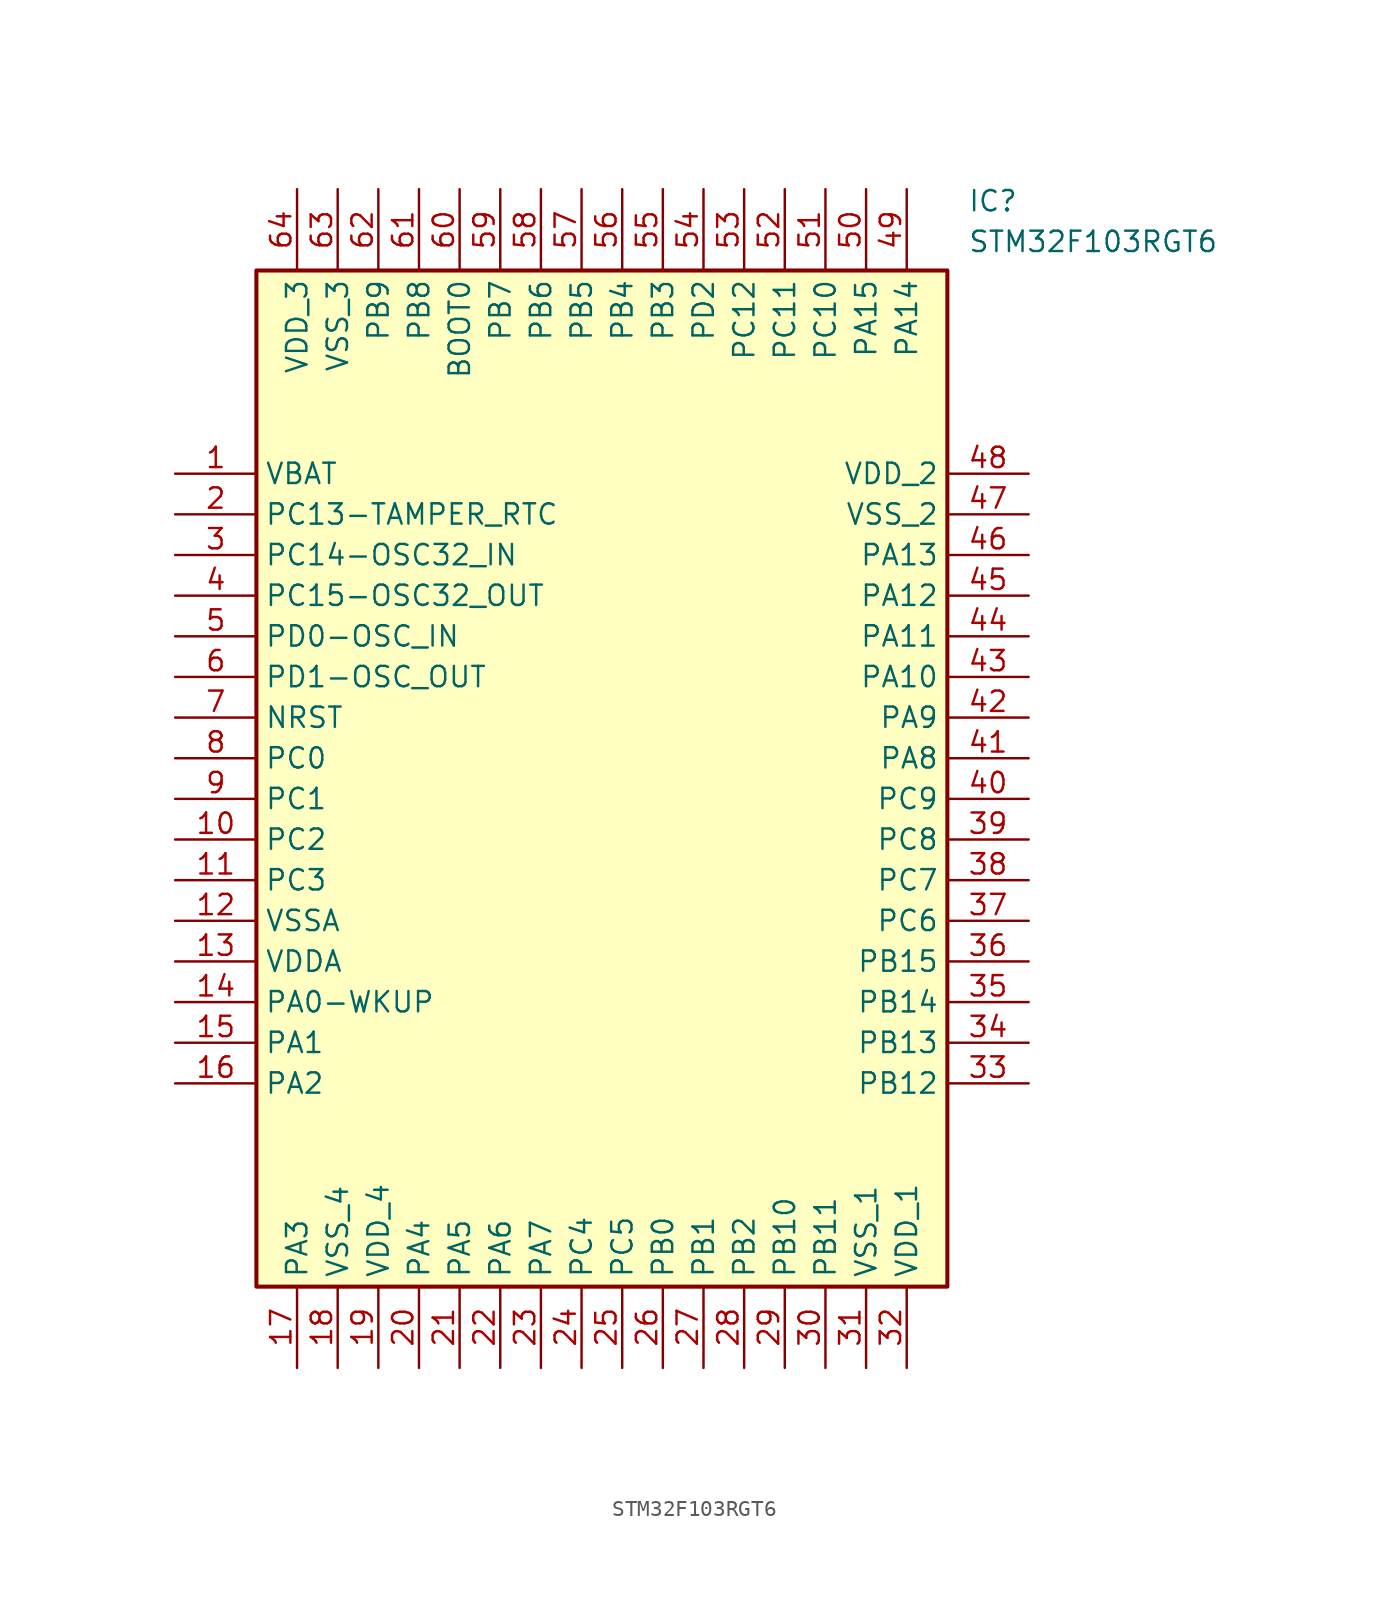
<source format=kicad_sym>
(kicad_symbol_lib
  (version 20211014)
  (generator SamacSys_ECAD_Model)
  (symbol "STM32F103RGT6"
    (property "Reference" "IC"
      (at 49.53 17.78 0)
      (effects (font (size 1.27 1.27)) (justify left top)))
    (property "Value" "STM32F103RGT6"
      (at 49.53 15.24 0)
      (effects (font (size 1.27 1.27)) (justify left top)))
    (rectangle
      (start 5.08 12.7)
      (end 48.26 -50.8)
      (stroke (width 0.254) (type default))
      (fill (type background)))
    (pin passive line
      (at 0 0 0)
      (length 5.08)
      (name "VBAT" (effects (font (size 1.27 1.27))))
      (number "1" (effects (font (size 1.27 1.27)))))
    (pin passive line
      (at 0 -2.54 0)
      (length 5.08)
      (name "PC13-TAMPER_RTC" (effects (font (size 1.27 1.27))))
      (number "2" (effects (font (size 1.27 1.27)))))
    (pin passive line
      (at 0 -5.08 0)
      (length 5.08)
      (name "PC14-OSC32_IN" (effects (font (size 1.27 1.27))))
      (number "3" (effects (font (size 1.27 1.27)))))
    (pin passive line
      (at 0 -7.62 0)
      (length 5.08)
      (name "PC15-OSC32_OUT" (effects (font (size 1.27 1.27))))
      (number "4" (effects (font (size 1.27 1.27)))))
    (pin passive line
      (at 0 -10.16 0)
      (length 5.08)
      (name "PD0-OSC_IN" (effects (font (size 1.27 1.27))))
      (number "5" (effects (font (size 1.27 1.27)))))
    (pin passive line
      (at 0 -12.7 0)
      (length 5.08)
      (name "PD1-OSC_OUT" (effects (font (size 1.27 1.27))))
      (number "6" (effects (font (size 1.27 1.27)))))
    (pin passive line
      (at 0 -15.24 0)
      (length 5.08)
      (name "NRST" (effects (font (size 1.27 1.27))))
      (number "7" (effects (font (size 1.27 1.27)))))
    (pin passive line
      (at 0 -17.78 0)
      (length 5.08)
      (name "PC0" (effects (font (size 1.27 1.27))))
      (number "8" (effects (font (size 1.27 1.27)))))
    (pin passive line
      (at 0 -20.32 0)
      (length 5.08)
      (name "PC1" (effects (font (size 1.27 1.27))))
      (number "9" (effects (font (size 1.27 1.27)))))
    (pin passive line
      (at 0 -22.86 0)
      (length 5.08)
      (name "PC2" (effects (font (size 1.27 1.27))))
      (number "10" (effects (font (size 1.27 1.27)))))
    (pin passive line
      (at 0 -25.4 0)
      (length 5.08)
      (name "PC3" (effects (font (size 1.27 1.27))))
      (number "11" (effects (font (size 1.27 1.27)))))
    (pin passive line
      (at 0 -27.94 0)
      (length 5.08)
      (name "VSSA" (effects (font (size 1.27 1.27))))
      (number "12" (effects (font (size 1.27 1.27)))))
    (pin passive line
      (at 0 -30.48 0)
      (length 5.08)
      (name "VDDA" (effects (font (size 1.27 1.27))))
      (number "13" (effects (font (size 1.27 1.27)))))
    (pin passive line
      (at 0 -33.02 0)
      (length 5.08)
      (name "PA0-WKUP" (effects (font (size 1.27 1.27))))
      (number "14" (effects (font (size 1.27 1.27)))))
    (pin passive line
      (at 0 -35.56 0)
      (length 5.08)
      (name "PA1" (effects (font (size 1.27 1.27))))
      (number "15" (effects (font (size 1.27 1.27)))))
    (pin passive line
      (at 0 -38.1 0)
      (length 5.08)
      (name "PA2" (effects (font (size 1.27 1.27))))
      (number "16" (effects (font (size 1.27 1.27)))))
    (pin passive line
      (at 7.62 -55.88 90)
      (length 5.08)
      (name "PA3" (effects (font (size 1.27 1.27))))
      (number "17" (effects (font (size 1.27 1.27)))))
    (pin passive line
      (at 10.16 -55.88 90)
      (length 5.08)
      (name "VSS_4" (effects (font (size 1.27 1.27))))
      (number "18" (effects (font (size 1.27 1.27)))))
    (pin passive line
      (at 12.7 -55.88 90)
      (length 5.08)
      (name "VDD_4" (effects (font (size 1.27 1.27))))
      (number "19" (effects (font (size 1.27 1.27)))))
    (pin passive line
      (at 15.24 -55.88 90)
      (length 5.08)
      (name "PA4" (effects (font (size 1.27 1.27))))
      (number "20" (effects (font (size 1.27 1.27)))))
    (pin passive line
      (at 17.78 -55.88 90)
      (length 5.08)
      (name "PA5" (effects (font (size 1.27 1.27))))
      (number "21" (effects (font (size 1.27 1.27)))))
    (pin passive line
      (at 20.32 -55.88 90)
      (length 5.08)
      (name "PA6" (effects (font (size 1.27 1.27))))
      (number "22" (effects (font (size 1.27 1.27)))))
    (pin passive line
      (at 22.86 -55.88 90)
      (length 5.08)
      (name "PA7" (effects (font (size 1.27 1.27))))
      (number "23" (effects (font (size 1.27 1.27)))))
    (pin passive line
      (at 25.4 -55.88 90)
      (length 5.08)
      (name "PC4" (effects (font (size 1.27 1.27))))
      (number "24" (effects (font (size 1.27 1.27)))))
    (pin passive line
      (at 27.94 -55.88 90)
      (length 5.08)
      (name "PC5" (effects (font (size 1.27 1.27))))
      (number "25" (effects (font (size 1.27 1.27)))))
    (pin passive line
      (at 30.48 -55.88 90)
      (length 5.08)
      (name "PB0" (effects (font (size 1.27 1.27))))
      (number "26" (effects (font (size 1.27 1.27)))))
    (pin passive line
      (at 33.02 -55.88 90)
      (length 5.08)
      (name "PB1" (effects (font (size 1.27 1.27))))
      (number "27" (effects (font (size 1.27 1.27)))))
    (pin passive line
      (at 35.56 -55.88 90)
      (length 5.08)
      (name "PB2" (effects (font (size 1.27 1.27))))
      (number "28" (effects (font (size 1.27 1.27)))))
    (pin passive line
      (at 38.1 -55.88 90)
      (length 5.08)
      (name "PB10" (effects (font (size 1.27 1.27))))
      (number "29" (effects (font (size 1.27 1.27)))))
    (pin passive line
      (at 40.64 -55.88 90)
      (length 5.08)
      (name "PB11" (effects (font (size 1.27 1.27))))
      (number "30" (effects (font (size 1.27 1.27)))))
    (pin passive line
      (at 43.18 -55.88 90)
      (length 5.08)
      (name "VSS_1" (effects (font (size 1.27 1.27))))
      (number "31" (effects (font (size 1.27 1.27)))))
    (pin passive line
      (at 45.72 -55.88 90)
      (length 5.08)
      (name "VDD_1" (effects (font (size 1.27 1.27))))
      (number "32" (effects (font (size 1.27 1.27)))))
    (pin passive line
      (at 53.34 0 180)
      (length 5.08)
      (name "VDD_2" (effects (font (size 1.27 1.27))))
      (number "48" (effects (font (size 1.27 1.27)))))
    (pin passive line
      (at 53.34 -2.54 180)
      (length 5.08)
      (name "VSS_2" (effects (font (size 1.27 1.27))))
      (number "47" (effects (font (size 1.27 1.27)))))
    (pin passive line
      (at 53.34 -5.08 180)
      (length 5.08)
      (name "PA13" (effects (font (size 1.27 1.27))))
      (number "46" (effects (font (size 1.27 1.27)))))
    (pin passive line
      (at 53.34 -7.62 180)
      (length 5.08)
      (name "PA12" (effects (font (size 1.27 1.27))))
      (number "45" (effects (font (size 1.27 1.27)))))
    (pin passive line
      (at 53.34 -10.16 180)
      (length 5.08)
      (name "PA11" (effects (font (size 1.27 1.27))))
      (number "44" (effects (font (size 1.27 1.27)))))
    (pin passive line
      (at 53.34 -12.7 180)
      (length 5.08)
      (name "PA10" (effects (font (size 1.27 1.27))))
      (number "43" (effects (font (size 1.27 1.27)))))
    (pin passive line
      (at 53.34 -15.24 180)
      (length 5.08)
      (name "PA9" (effects (font (size 1.27 1.27))))
      (number "42" (effects (font (size 1.27 1.27)))))
    (pin passive line
      (at 53.34 -17.78 180)
      (length 5.08)
      (name "PA8" (effects (font (size 1.27 1.27))))
      (number "41" (effects (font (size 1.27 1.27)))))
    (pin passive line
      (at 53.34 -20.32 180)
      (length 5.08)
      (name "PC9" (effects (font (size 1.27 1.27))))
      (number "40" (effects (font (size 1.27 1.27)))))
    (pin passive line
      (at 53.34 -22.86 180)
      (length 5.08)
      (name "PC8" (effects (font (size 1.27 1.27))))
      (number "39" (effects (font (size 1.27 1.27)))))
    (pin passive line
      (at 53.34 -25.4 180)
      (length 5.08)
      (name "PC7" (effects (font (size 1.27 1.27))))
      (number "38" (effects (font (size 1.27 1.27)))))
    (pin passive line
      (at 53.34 -27.94 180)
      (length 5.08)
      (name "PC6" (effects (font (size 1.27 1.27))))
      (number "37" (effects (font (size 1.27 1.27)))))
    (pin passive line
      (at 53.34 -30.48 180)
      (length 5.08)
      (name "PB15" (effects (font (size 1.27 1.27))))
      (number "36" (effects (font (size 1.27 1.27)))))
    (pin passive line
      (at 53.34 -33.02 180)
      (length 5.08)
      (name "PB14" (effects (font (size 1.27 1.27))))
      (number "35" (effects (font (size 1.27 1.27)))))
    (pin passive line
      (at 53.34 -35.56 180)
      (length 5.08)
      (name "PB13" (effects (font (size 1.27 1.27))))
      (number "34" (effects (font (size 1.27 1.27)))))
    (pin passive line
      (at 53.34 -38.1 180)
      (length 5.08)
      (name "PB12" (effects (font (size 1.27 1.27))))
      (number "33" (effects (font (size 1.27 1.27)))))
    (pin passive line
      (at 7.62 17.78 270)
      (length 5.08)
      (name "VDD_3" (effects (font (size 1.27 1.27))))
      (number "64" (effects (font (size 1.27 1.27)))))
    (pin passive line
      (at 10.16 17.78 270)
      (length 5.08)
      (name "VSS_3" (effects (font (size 1.27 1.27))))
      (number "63" (effects (font (size 1.27 1.27)))))
    (pin passive line
      (at 12.7 17.78 270)
      (length 5.08)
      (name "PB9" (effects (font (size 1.27 1.27))))
      (number "62" (effects (font (size 1.27 1.27)))))
    (pin passive line
      (at 15.24 17.78 270)
      (length 5.08)
      (name "PB8" (effects (font (size 1.27 1.27))))
      (number "61" (effects (font (size 1.27 1.27)))))
    (pin passive line
      (at 17.78 17.78 270)
      (length 5.08)
      (name "BOOT0" (effects (font (size 1.27 1.27))))
      (number "60" (effects (font (size 1.27 1.27)))))
    (pin passive line
      (at 20.32 17.78 270)
      (length 5.08)
      (name "PB7" (effects (font (size 1.27 1.27))))
      (number "59" (effects (font (size 1.27 1.27)))))
    (pin passive line
      (at 22.86 17.78 270)
      (length 5.08)
      (name "PB6" (effects (font (size 1.27 1.27))))
      (number "58" (effects (font (size 1.27 1.27)))))
    (pin passive line
      (at 25.4 17.78 270)
      (length 5.08)
      (name "PB5" (effects (font (size 1.27 1.27))))
      (number "57" (effects (font (size 1.27 1.27)))))
    (pin passive line
      (at 27.94 17.78 270)
      (length 5.08)
      (name "PB4" (effects (font (size 1.27 1.27))))
      (number "56" (effects (font (size 1.27 1.27)))))
    (pin passive line
      (at 30.48 17.78 270)
      (length 5.08)
      (name "PB3" (effects (font (size 1.27 1.27))))
      (number "55" (effects (font (size 1.27 1.27)))))
    (pin passive line
      (at 33.02 17.78 270)
      (length 5.08)
      (name "PD2" (effects (font (size 1.27 1.27))))
      (number "54" (effects (font (size 1.27 1.27)))))
    (pin passive line
      (at 35.56 17.78 270)
      (length 5.08)
      (name "PC12" (effects (font (size 1.27 1.27))))
      (number "53" (effects (font (size 1.27 1.27)))))
    (pin passive line
      (at 38.1 17.78 270)
      (length 5.08)
      (name "PC11" (effects (font (size 1.27 1.27))))
      (number "52" (effects (font (size 1.27 1.27)))))
    (pin passive line
      (at 40.64 17.78 270)
      (length 5.08)
      (name "PC10" (effects (font (size 1.27 1.27))))
      (number "51" (effects (font (size 1.27 1.27)))))
    (pin passive line
      (at 43.18 17.78 270)
      (length 5.08)
      (name "PA15" (effects (font (size 1.27 1.27))))
      (number "50" (effects (font (size 1.27 1.27)))))
    (pin passive line
      (at 45.72 17.78 270)
      (length 5.08)
      (name "PA14" (effects (font (size 1.27 1.27))))
      (number "49" (effects (font (size 1.27 1.27)))))))
</source>
